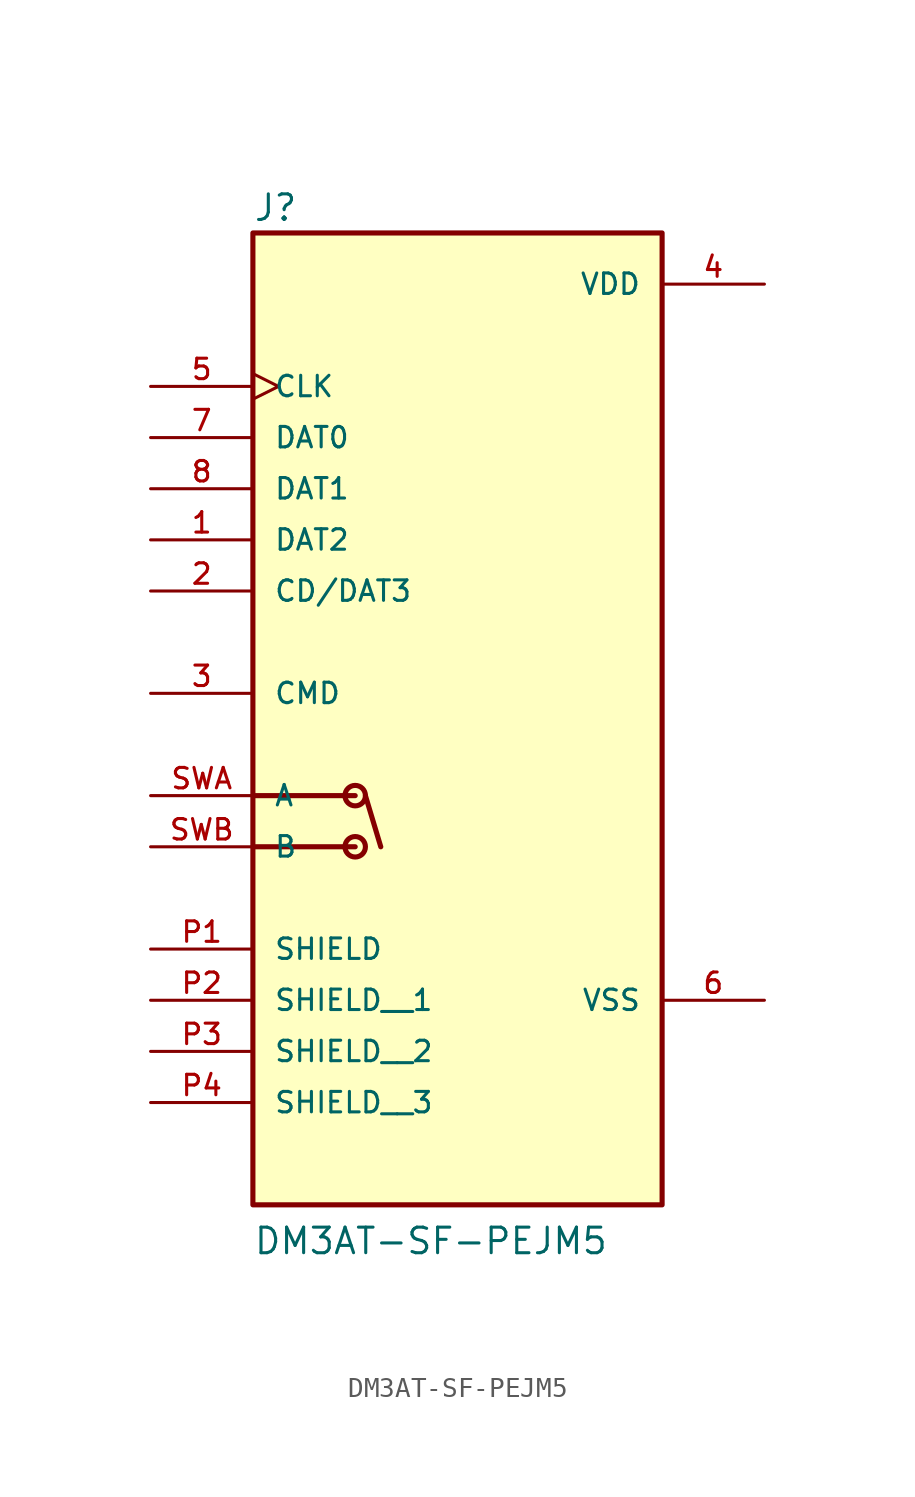
<source format=kicad_sym>
(kicad_symbol_lib
  (version 20241209)
  (generator "kicad_symbol_editor")
  (generator_version "9.0")
  (symbol "DM3AT-SF-PEJM5"
    (pin_names
      (offset 1.016))
    (property "Reference" "J"
      (at -10.16 20.828 0)
      (effects (font (size 1.27 1.27)) (justify left bottom)))
    (property "Value" "DM3AT-SF-PEJM5"
      (at -10.16 -30.48 0)
      (effects (font (size 1.27 1.27)) (justify left bottom)))
    (symbol "DM3AT-SF-PEJM5_0_0"
      (polyline (pts (xy -10.16 -7.62) (xy -5.08 -7.62)) (stroke (width 0.254) (type default)) (fill (type none)))
      (polyline (pts (xy -10.16 -10.16) (xy -5.08 -10.16)) (stroke (width 0.254) (type default)) (fill (type none)))
      (rectangle (start -10.16 -27.94) (end 10.16 20.32) (stroke (width 0.254) (type default)) (fill (type background)))
      (circle (center -5.08 -7.62) (radius 0.508) (stroke (width 0.254) (type default)) (fill (type none)))
      (circle (center -5.08 -10.16) (radius 0.508) (stroke (width 0.254) (type default)) (fill (type none)))
      (polyline (pts (xy -4.572 -7.62) (xy -3.81 -10.16)) (stroke (width 0.254) (type default)) (fill (type none)))
      (pin bidirectional clock (at -15.24 12.7 0) (length 5.08) (name "CLK" (effects (font (size 1.016 1.016)))) (number "5" (effects (font (size 1.016 1.016)))))
      (pin bidirectional line (at -15.24 10.16 0) (length 5.08) (name "DAT0" (effects (font (size 1.016 1.016)))) (number "7" (effects (font (size 1.016 1.016)))))
      (pin bidirectional line (at -15.24 7.62 0) (length 5.08) (name "DAT1" (effects (font (size 1.016 1.016)))) (number "8" (effects (font (size 1.016 1.016)))))
      (pin bidirectional line (at -15.24 5.08 0) (length 5.08) (name "DAT2" (effects (font (size 1.016 1.016)))) (number "1" (effects (font (size 1.016 1.016)))))
      (pin bidirectional line (at -15.24 2.54 0) (length 5.08) (name "CD/DAT3" (effects (font (size 1.016 1.016)))) (number "2" (effects (font (size 1.016 1.016)))))
      (pin bidirectional line (at -15.24 -2.54 0) (length 5.08) (name "CMD" (effects (font (size 1.016 1.016)))) (number "3" (effects (font (size 1.016 1.016)))))
      (pin bidirectional line (at -15.24 -7.62 0) (length 5.08) (name "A" (effects (font (size 1.016 1.016)))) (number "SWA" (effects (font (size 1.016 1.016)))))
      (pin bidirectional line (at -15.24 -10.16 0) (length 5.08) (name "B" (effects (font (size 1.016 1.016)))) (number "SWB" (effects (font (size 1.016 1.016)))))
      (pin passive line (at -15.24 -15.24 0) (length 5.08) (name "SHIELD" (effects (font (size 1.016 1.016)))) (number "P1" (effects (font (size 1.016 1.016)))))
      (pin passive line (at -15.24 -17.78 0) (length 5.08) (name "SHIELD__1" (effects (font (size 1.016 1.016)))) (number "P2" (effects (font (size 1.016 1.016)))))
      (pin passive line (at -15.24 -20.32 0) (length 5.08) (name "SHIELD__2" (effects (font (size 1.016 1.016)))) (number "P3" (effects (font (size 1.016 1.016)))))
      (pin passive line (at -15.24 -22.86 0) (length 5.08) (name "SHIELD__3" (effects (font (size 1.016 1.016)))) (number "P4" (effects (font (size 1.016 1.016)))))
      (pin power_in line (at 15.24 17.78 180) (length 5.08) (name "VDD" (effects (font (size 1.016 1.016)))) (number "4" (effects (font (size 1.016 1.016)))))
      (pin power_in line (at 15.24 -17.78 180) (length 5.08) (name "VSS" (effects (font (size 1.016 1.016)))) (number "6" (effects (font (size 1.016 1.016))))))))
</source>
